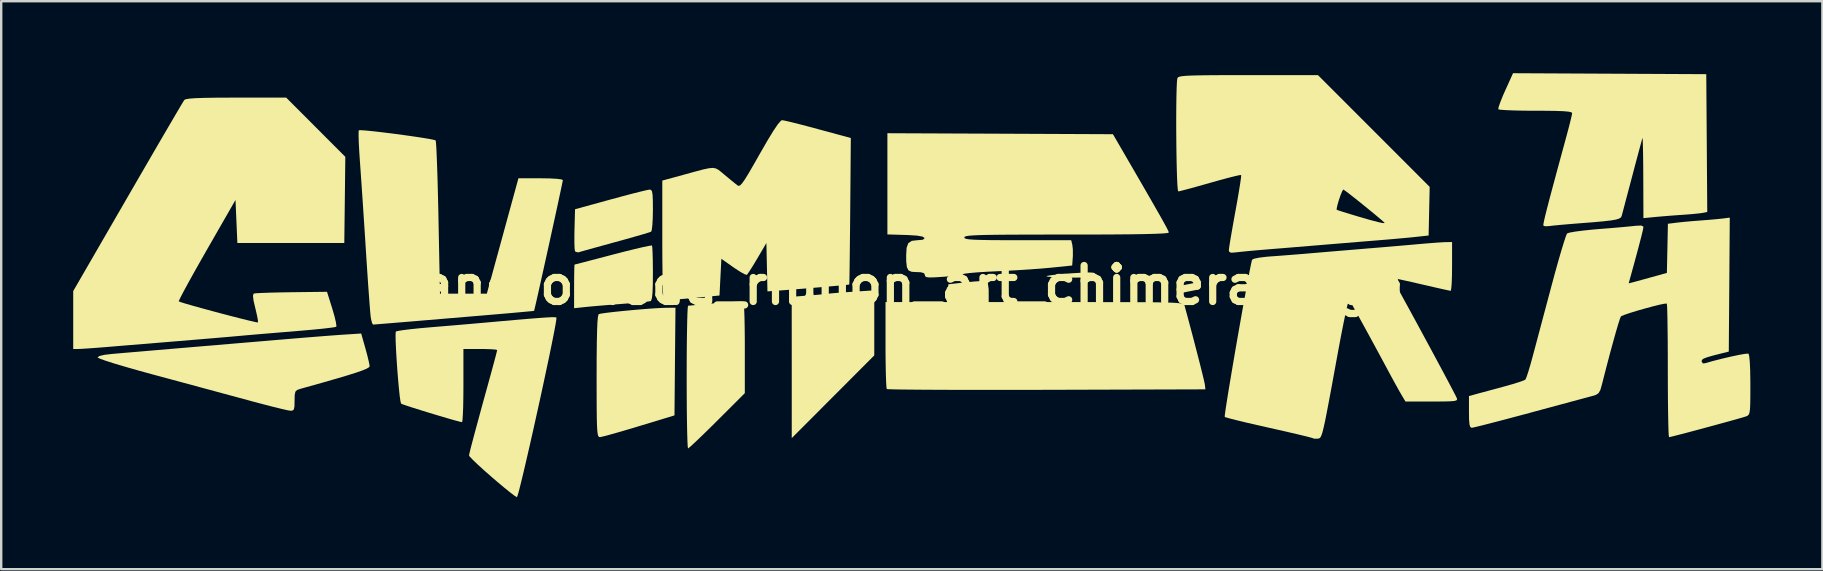
<source format=kicad_pcb>
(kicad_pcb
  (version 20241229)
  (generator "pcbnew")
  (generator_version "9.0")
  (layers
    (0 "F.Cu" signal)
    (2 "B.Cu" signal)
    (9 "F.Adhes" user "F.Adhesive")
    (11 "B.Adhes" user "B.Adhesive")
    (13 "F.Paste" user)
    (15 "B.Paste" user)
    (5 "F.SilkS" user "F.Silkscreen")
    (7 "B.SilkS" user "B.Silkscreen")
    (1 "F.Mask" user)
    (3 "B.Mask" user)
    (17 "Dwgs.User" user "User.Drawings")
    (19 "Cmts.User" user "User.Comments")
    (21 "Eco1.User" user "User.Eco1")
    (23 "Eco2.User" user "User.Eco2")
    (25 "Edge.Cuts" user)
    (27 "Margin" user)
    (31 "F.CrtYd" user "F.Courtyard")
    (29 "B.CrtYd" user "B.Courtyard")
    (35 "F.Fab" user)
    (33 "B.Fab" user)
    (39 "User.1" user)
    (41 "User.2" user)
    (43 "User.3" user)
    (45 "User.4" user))
  (footprint "andromeda_ribbon_art_chimera_logo"
    (layer "F.Cu")
    (at 34.935 8.832)
    (property "Reference" "andromeda_ribbon_art_chimera_logo" (at 0 0 0) (layer "F.SilkS") (effects (font (size 1.5 1.5) (thickness 0.3))))
    (attr board_only exclude_from_pos_files exclude_from_bom)
    (fp_poly (pts (xy -1.563 1.569) (xy -1.563 2.924) (xy -3.282 4.647) (xy -5.001 6.37) (xy -5.001 3.426) (xy -5.002 0.483) (xy -4.318 0.43) (xy -3.988 0.404) (xy -3.702 0.378) (xy -3.508 0.358) (xy -3.47 0.353) (xy -3.328 0.337) (xy -3.069 0.316) (xy -2.733 0.291) (xy -2.435 0.271) (xy -1.563 0.214)) (stroke (width 0) (type solid)) (fill yes) (layer "F.SilkS"))
    (fp_poly (pts (xy 7.557 -0.522) (xy 7.635 -0.494) (xy 7.659 -0.446) (xy 7.659 -0.435) (xy 7.641 -0.387) (xy 7.571 -0.353) (xy 7.427 -0.332) (xy 7.185 -0.321) (xy 6.823 -0.318) (xy 6.545 -0.319) (xy 6.149 -0.326) (xy 5.849 -0.338) (xy 5.663 -0.356) (xy 5.609 -0.377) (xy 5.628 -0.386) (xy 5.783 -0.414) (xy 6.054 -0.446) (xy 6.401 -0.478) (xy 6.742 -0.502) (xy 7.135 -0.524) (xy 7.399 -0.531)) (stroke (width 0) (type solid)) (fill yes) (layer "F.SilkS"))
    (fp_poly (pts (xy -10.862 -3.969) (xy -10.822 -3.907) (xy -10.799 -3.77) (xy -10.788 -3.531) (xy -10.785 -3.165) (xy -10.785 -3.131) (xy -10.792 -2.78) (xy -10.809 -2.491) (xy -10.834 -2.296) (xy -10.859 -2.23) (xy -10.955 -2.196) (xy -11.177 -2.128) (xy -11.5 -2.035) (xy -11.899 -1.922) (xy -12.35 -1.797) (xy -12.364 -1.794) (xy -12.818 -1.669) (xy -13.224 -1.557) (xy -13.555 -1.465) (xy -13.787 -1.399) (xy -13.894 -1.367) (xy -13.895 -1.367) (xy -14.008 -1.393) (xy -14.034 -1.433) (xy -14.049 -1.55) (xy -14.056 -1.785) (xy -14.056 -2.101) (xy -14.051 -2.35) (xy -14.029 -3.165) (xy -12.544 -3.573) (xy -12.078 -3.699) (xy -11.658 -3.81) (xy -11.31 -3.898) (xy -11.058 -3.958) (xy -10.928 -3.983) (xy -10.922 -3.983)) (stroke (width 0) (type solid)) (fill yes) (layer "F.SilkS"))
    (fp_poly (pts (xy -9.866 3.18) (xy -9.886 5.423) (xy -11.371 5.874) (xy -11.835 6.013) (xy -12.254 6.135) (xy -12.602 6.233) (xy -12.854 6.299) (xy -12.986 6.328) (xy -12.993 6.328) (xy -13.031 6.32) (xy -13.061 6.284) (xy -13.084 6.204) (xy -13.101 6.064) (xy -13.114 5.85) (xy -13.122 5.544) (xy -13.127 5.132) (xy -13.129 4.598) (xy -13.13 3.926) (xy -13.13 3.795) (xy -13.128 3.01) (xy -13.121 2.376) (xy -13.11 1.885) (xy -13.095 1.531) (xy -13.074 1.309) (xy -13.048 1.211) (xy -13.043 1.206) (xy -12.938 1.181) (xy -12.707 1.148) (xy -12.383 1.11) (xy -11.995 1.07) (xy -11.576 1.031) (xy -11.155 0.995) (xy -10.764 0.966) (xy -10.435 0.947) (xy -10.217 0.94) (xy -9.845 0.938)) (stroke (width 0) (type solid)) (fill yes) (layer "F.SilkS"))
    (fp_poly (pts (xy -10.824 -1.654) (xy -10.81 -1.566) (xy -10.799 -1.351) (xy -10.79 -1.037) (xy -10.786 -0.653) (xy -10.785 -0.493) (xy -10.789 -0.015) (xy -10.802 0.322) (xy -10.826 0.537) (xy -10.861 0.644) (xy -10.883 0.662) (xy -10.993 0.68) (xy -11.228 0.705) (xy -11.556 0.735) (xy -11.946 0.768) (xy -12.075 0.778) (xy -12.518 0.813) (xy -12.949 0.849) (xy -13.321 0.881) (xy -13.59 0.907) (xy -13.618 0.91) (xy -14.068 0.958) (xy -14.068 0.049) (xy -14.066 -0.307) (xy -14.062 -0.598) (xy -14.056 -0.793) (xy -14.048 -0.861) (xy -13.97 -0.88) (xy -13.764 -0.933) (xy -13.451 -1.015) (xy -13.054 -1.118) (xy -12.597 -1.238) (xy -12.446 -1.278) (xy -11.973 -1.4) (xy -11.552 -1.504) (xy -11.207 -1.585) (xy -10.961 -1.637) (xy -10.835 -1.656)) (stroke (width 0) (type solid)) (fill yes) (layer "F.SilkS"))
    (fp_poly (pts (xy -7.014 0.682) (xy -6.998 0.765) (xy -6.983 0.983) (xy -6.971 1.314) (xy -6.962 1.736) (xy -6.957 2.227) (xy -6.956 2.604) (xy -6.956 4.496) (xy -8.109 5.648) (xy -8.457 5.992) (xy -8.768 6.295) (xy -9.025 6.54) (xy -9.212 6.713) (xy -9.311 6.795) (xy -9.321 6.799) (xy -9.334 6.724) (xy -9.346 6.509) (xy -9.356 6.172) (xy -9.365 5.73) (xy -9.372 5.199) (xy -9.376 4.597) (xy -9.378 3.94) (xy -9.378 3.83) (xy -9.377 3.165) (xy -9.373 2.553) (xy -9.366 2.008) (xy -9.357 1.55) (xy -9.347 1.193) (xy -9.335 0.957) (xy -9.322 0.857) (xy -9.32 0.854) (xy -9.225 0.846) (xy -9.004 0.826) (xy -8.686 0.797) (xy -8.303 0.763) (xy -8.167 0.75) (xy -7.769 0.717) (xy -7.426 0.693) (xy -7.17 0.679) (xy -7.03 0.679)) (stroke (width 0) (type solid)) (fill yes) (layer "F.SilkS"))
    (fp_poly (pts (xy 3.107 -0.172) (xy 3.17 -0.072) (xy 3.202 0.162) (xy 3.204 0.282) (xy 3.204 0.703) (xy 7.263 0.703) (xy 8.165 0.704) (xy 8.923 0.705) (xy 9.551 0.707) (xy 10.059 0.711) (xy 10.461 0.717) (xy 10.77 0.725) (xy 10.998 0.737) (xy 11.158 0.752) (xy 11.261 0.77) (xy 11.321 0.793) (xy 11.351 0.82) (xy 11.36 0.84) (xy 11.486 1.302) (xy 11.619 1.799) (xy 11.753 2.306) (xy 11.88 2.797) (xy 11.996 3.248) (xy 12.093 3.634) (xy 12.164 3.929) (xy 12.204 4.108) (xy 12.21 4.142) (xy 12.231 4.338) (xy 5.621 4.358) (xy 4.618 4.36) (xy 3.66 4.361) (xy 2.759 4.361) (xy 1.926 4.36) (xy 1.172 4.357) (xy 0.509 4.354) (xy -0.051 4.349) (xy -0.497 4.344) (xy -0.817 4.337) (xy -1.001 4.33) (xy -1.042 4.325) (xy -1.057 4.235) (xy -1.07 4.011) (xy -1.081 3.677) (xy -1.089 3.255) (xy -1.094 2.767) (xy -1.094 2.488) (xy -1.094 0.703) (xy 0.191 0.703) (xy 1.476 0.703) (xy 1.5 0.332) (xy 1.524 -0.039) (xy 2.266 -0.121) (xy 2.598 -0.154) (xy 2.876 -0.173) (xy 3.06 -0.177)) (stroke (width 0) (type solid)) (fill yes) (layer "F.SilkS"))
    (fp_poly (pts (xy -22.762 2.632) (xy -22.68 2.936) (xy -22.619 3.191) (xy -22.588 3.352) (xy -22.586 3.374) (xy -22.615 3.419) (xy -22.707 3.475) (xy -22.876 3.546) (xy -23.134 3.637) (xy -23.492 3.75) (xy -23.963 3.89) (xy -24.558 4.061) (xy -25.29 4.266) (xy -25.459 4.313) (xy -25.605 4.363) (xy -25.68 4.436) (xy -25.708 4.579) (xy -25.713 4.81) (xy -25.718 5.055) (xy -25.746 5.181) (xy -25.811 5.226) (xy -25.888 5.229) (xy -26.015 5.207) (xy -26.267 5.149) (xy -26.618 5.063) (xy -27.043 4.953) (xy -27.516 4.828) (xy -27.627 4.797) (xy -28.126 4.662) (xy -28.737 4.497) (xy -29.423 4.311) (xy -30.146 4.116) (xy -30.868 3.921) (xy -31.55 3.737) (xy -31.555 3.736) (xy -32.196 3.56) (xy -32.757 3.4) (xy -33.222 3.262) (xy -33.58 3.148) (xy -33.816 3.063) (xy -33.916 3.012) (xy -33.919 3.006) (xy -33.843 2.949) (xy -33.627 2.899) (xy -33.313 2.863) (xy -32.797 2.818) (xy -32.193 2.767) (xy -31.532 2.71) (xy -30.846 2.652) (xy -30.163 2.594) (xy -29.516 2.539) (xy -28.933 2.49) (xy -28.447 2.449) (xy -28.096 2.419) (xy -27.682 2.384) (xy -27.166 2.341) (xy -26.602 2.293) (xy -26.043 2.246) (xy -25.791 2.225) (xy -25.276 2.182) (xy -24.751 2.14) (xy -24.262 2.102) (xy -23.856 2.072) (xy -23.681 2.06) (xy -22.938 2.012)) (stroke (width 0) (type solid)) (fill yes) (layer "F.SilkS"))
    (fp_poly (pts (xy 29.073 -8.812) (xy 33.098 -8.792) (xy 33.119 -5.922) (xy 33.139 -3.051) (xy 32.962 -3.015) (xy 32.804 -2.993) (xy 32.539 -2.966) (xy 32.218 -2.94) (xy 32.121 -2.934) (xy 31.733 -2.906) (xy 31.331 -2.874) (xy 30.996 -2.845) (xy 30.968 -2.842) (xy 30.48 -2.795) (xy 30.474 -4.504) (xy 30.471 -4.996) (xy 30.466 -5.426) (xy 30.459 -5.772) (xy 30.452 -6.014) (xy 30.444 -6.13) (xy 30.44 -6.135) (xy 30.412 -6.039) (xy 30.351 -5.815) (xy 30.264 -5.489) (xy 30.155 -5.083) (xy 30.034 -4.623) (xy 30.01 -4.533) (xy 29.885 -4.061) (xy 29.772 -3.636) (xy 29.679 -3.282) (xy 29.611 -3.025) (xy 29.575 -2.89) (xy 29.572 -2.881) (xy 29.54 -2.822) (xy 29.467 -2.775) (xy 29.334 -2.734) (xy 29.12 -2.698) (xy 28.808 -2.662) (xy 28.378 -2.623) (xy 27.823 -2.58) (xy 27.414 -2.547) (xy 27.045 -2.515) (xy 26.753 -2.487) (xy 26.573 -2.466) (xy 26.556 -2.464) (xy 26.39 -2.455) (xy 26.311 -2.484) (xy 26.312 -2.536) (xy 26.336 -2.666) (xy 26.385 -2.881) (xy 26.463 -3.192) (xy 26.571 -3.609) (xy 26.713 -4.141) (xy 26.89 -4.798) (xy 27.105 -5.589) (xy 27.275 -6.213) (xy 27.369 -6.565) (xy 27.445 -6.865) (xy 27.495 -7.08) (xy 27.51 -7.171) (xy 27.473 -7.206) (xy 27.351 -7.232) (xy 27.13 -7.251) (xy 26.792 -7.262) (xy 26.322 -7.268) (xy 25.991 -7.268) (xy 25.52 -7.271) (xy 25.104 -7.28) (xy 24.768 -7.293) (xy 24.537 -7.309) (xy 24.435 -7.328) (xy 24.433 -7.33) (xy 24.448 -7.423) (xy 24.517 -7.624) (xy 24.628 -7.9) (xy 24.722 -8.112) (xy 25.048 -8.832)) (stroke (width 0) (type solid)) (fill yes) (layer "F.SilkS"))
    (fp_poly (pts (xy -5.292 -6.856) (xy -5.053 -6.8) (xy -4.717 -6.717) (xy -4.31 -6.611) (xy -3.908 -6.503) (xy -2.54 -6.132) (xy -2.565 -3.086) (xy -2.571 -2.413) (xy -2.578 -1.791) (xy -2.584 -1.236) (xy -2.59 -0.767) (xy -2.595 -0.398) (xy -2.6 -0.149) (xy -2.604 -0.034) (xy -2.605 -0.029) (xy -2.683 -0.018) (xy -2.891 0.003) (xy -3.199 0.031) (xy -3.58 0.064) (xy -4.007 0.101) (xy -4.452 0.138) (xy -4.889 0.173) (xy -5.288 0.204) (xy -5.371 0.21) (xy -6.013 0.257) (xy -6.035 -0.751) (xy -6.057 -1.758) (xy -6.436 -1.114) (xy -6.605 -0.832) (xy -6.749 -0.604) (xy -6.846 -0.462) (xy -6.873 -0.432) (xy -6.961 -0.457) (xy -7.139 -0.555) (xy -7.373 -0.707) (xy -7.433 -0.748) (xy -7.933 -1.101) (xy -7.972 -0.336) (xy -8.011 0.429) (xy -8.988 0.521) (xy -9.464 0.565) (xy -9.807 0.595) (xy -10.042 0.611) (xy -10.19 0.615) (xy -10.276 0.608) (xy -10.323 0.59) (xy -10.342 0.573) (xy -10.355 0.485) (xy -10.367 0.26) (xy -10.377 -0.083) (xy -10.385 -0.525) (xy -10.391 -1.046) (xy -10.394 -1.627) (xy -10.394 -1.919) (xy -10.394 -4.359) (xy -9.515 -4.599) (xy -9.05 -4.727) (xy -8.709 -4.818) (xy -8.465 -4.871) (xy -8.293 -4.887) (xy -8.164 -4.865) (xy -8.052 -4.805) (xy -7.93 -4.708) (xy -7.798 -4.597) (xy -7.568 -4.407) (xy -7.372 -4.247) (xy -7.258 -4.157) (xy -7.207 -4.137) (xy -7.146 -4.164) (xy -7.063 -4.253) (xy -6.947 -4.418) (xy -6.789 -4.676) (xy -6.576 -5.043) (xy -6.334 -5.469) (xy -6.018 -6.017) (xy -5.768 -6.428) (xy -5.581 -6.704) (xy -5.456 -6.85) (xy -5.407 -6.876)) (stroke (width 0) (type solid)) (fill yes) (layer "F.SilkS"))
    (fp_poly (pts (xy -22.733 -6.443) (xy -22.421 -6.412) (xy -22.04 -6.368) (xy -21.619 -6.316) (xy -21.185 -6.258) (xy -20.768 -6.199) (xy -20.396 -6.143) (xy -20.098 -6.094) (xy -19.901 -6.054) (xy -19.836 -6.032) (xy -19.823 -5.945) (xy -19.807 -5.718) (xy -19.791 -5.369) (xy -19.774 -4.913) (xy -19.756 -4.369) (xy -19.74 -3.753) (xy -19.724 -3.081) (xy -19.719 -2.814) (xy -19.656 0.352) (xy -18.679 0.352) (xy -17.703 0.352) (xy -17.297 -1.133) (xy -17.149 -1.672) (xy -16.995 -2.234) (xy -16.848 -2.773) (xy -16.719 -3.244) (xy -16.639 -3.536) (xy -16.387 -4.455) (xy -15.462 -4.455) (xy -15.078 -4.449) (xy -14.78 -4.432) (xy -14.592 -4.407) (xy -14.537 -4.38) (xy -14.553 -4.292) (xy -14.598 -4.073) (xy -14.668 -3.746) (xy -14.757 -3.33) (xy -14.862 -2.847) (xy -14.978 -2.318) (xy -15.099 -1.764) (xy -15.222 -1.206) (xy -15.342 -0.665) (xy -15.454 -0.162) (xy -15.553 0.282) (xy -15.635 0.646) (xy -15.696 0.909) (xy -15.73 1.05) (xy -15.735 1.068) (xy -15.813 1.078) (xy -16.026 1.098) (xy -16.353 1.128) (xy -16.774 1.166) (xy -17.267 1.208) (xy -17.741 1.249) (xy -18.638 1.324) (xy -19.469 1.394) (xy -20.221 1.457) (xy -20.885 1.513) (xy -21.446 1.559) (xy -21.894 1.596) (xy -22.218 1.622) (xy -22.404 1.637) (xy -22.445 1.64) (xy -22.487 1.571) (xy -22.529 1.397) (xy -22.543 1.309) (xy -22.559 1.149) (xy -22.583 0.855) (xy -22.613 0.45) (xy -22.649 -0.045) (xy -22.687 -0.606) (xy -22.727 -1.211) (xy -22.742 -1.446) (xy -22.785 -2.123) (xy -22.831 -2.82) (xy -22.876 -3.501) (xy -22.919 -4.132) (xy -22.957 -4.679) (xy -22.987 -5.107) (xy -22.99 -5.138) (xy -23.018 -5.567) (xy -23.038 -5.94) (xy -23.047 -6.23) (xy -23.044 -6.409) (xy -23.036 -6.454) (xy -22.948 -6.459)) (stroke (width 0) (type solid)) (fill yes) (layer "F.SilkS"))
    (fp_poly (pts (xy 3.682 -6.312) (xy 8.38 -6.291) (xy 8.811 -5.549) (xy 9.255 -4.783) (xy 9.627 -4.141) (xy 9.932 -3.612) (xy 10.176 -3.186) (xy 10.366 -2.853) (xy 10.507 -2.6) (xy 10.606 -2.419) (xy 10.668 -2.297) (xy 10.7 -2.224) (xy 10.707 -2.194) (xy 10.646 -2.173) (xy 10.461 -2.156) (xy 10.146 -2.142) (xy 9.698 -2.13) (xy 9.111 -2.121) (xy 8.382 -2.115) (xy 7.506 -2.111) (xy 6.478 -2.11) (xy 6.448 -2.11) (xy 5.515 -2.11) (xy 4.726 -2.108) (xy 4.07 -2.106) (xy 3.535 -2.101) (xy 3.109 -2.095) (xy 2.781 -2.086) (xy 2.538 -2.074) (xy 2.37 -2.06) (xy 2.263 -2.042) (xy 2.206 -2.021) (xy 2.188 -1.996) (xy 2.188 -1.993) (xy 2.205 -1.958) (xy 2.267 -1.931) (xy 2.39 -1.911) (xy 2.591 -1.896) (xy 2.884 -1.886) (xy 3.287 -1.879) (xy 3.816 -1.876) (xy 4.414 -1.876) (xy 6.64 -1.876) (xy 6.686 -1.694) (xy 6.709 -1.501) (xy 6.711 -1.243) (xy 6.707 -1.166) (xy 6.682 -0.821) (xy 5.783 -0.729) (xy 5.379 -0.693) (xy 4.872 -0.656) (xy 4.317 -0.621) (xy 3.77 -0.591) (xy 3.556 -0.582) (xy 3.113 -0.56) (xy 2.723 -0.535) (xy 2.414 -0.508) (xy 2.213 -0.483) (xy 2.149 -0.466) (xy 2.042 -0.435) (xy 1.816 -0.4) (xy 1.511 -0.367) (xy 1.309 -0.351) (xy 0.957 -0.328) (xy 0.732 -0.323) (xy 0.608 -0.338) (xy 0.555 -0.377) (xy 0.547 -0.421) (xy 0.508 -0.503) (xy 0.37 -0.541) (xy 0.204 -0.547) (xy -0.006 -0.559) (xy -0.135 -0.616) (xy -0.204 -0.748) (xy -0.231 -0.984) (xy -0.234 -1.241) (xy -0.216 -1.559) (xy -0.145 -1.752) (xy 0.000337 -1.849) (xy 0.241 -1.876) (xy 0.257 -1.876) (xy 0.465 -1.895) (xy 0.531 -1.956) (xy 0.528 -1.973) (xy 0.441 -2.027) (xy 0.217 -2.066) (xy -0.153 -2.09) (xy -0.26 -2.093) (xy -1.016 -2.116) (xy -1.016 -4.224) (xy -1.016 -6.332)) (stroke (width 0) (type solid)) (fill yes) (layer "F.SilkS"))
    (fp_poly (pts (xy -14.83 1.338) (xy -14.804 1.347) (xy -14.809 1.433) (xy -14.844 1.652) (xy -14.907 1.987) (xy -14.993 2.42) (xy -15.098 2.933) (xy -15.22 3.508) (xy -15.352 4.128) (xy -15.492 4.774) (xy -15.637 5.428) (xy -15.78 6.074) (xy -15.92 6.692) (xy -16.052 7.265) (xy -16.171 7.775) (xy -16.275 8.205) (xy -16.358 8.536) (xy -16.418 8.75) (xy -16.451 8.831) (xy -16.451 8.831) (xy -16.534 8.782) (xy -16.713 8.647) (xy -16.965 8.444) (xy -17.27 8.189) (xy -17.487 8.003) (xy -17.81 7.719) (xy -18.086 7.467) (xy -18.296 7.266) (xy -18.42 7.135) (xy -18.444 7.096) (xy -18.431 7.019) (xy -18.39 6.845) (xy -18.318 6.567) (xy -18.214 6.175) (xy -18.075 5.662) (xy -17.9 5.018) (xy -17.684 4.236) (xy -17.589 3.891) (xy -17.479 3.49) (xy -17.386 3.145) (xy -17.316 2.881) (xy -17.278 2.727) (xy -17.272 2.699) (xy -17.344 2.681) (xy -17.538 2.666) (xy -17.818 2.658) (xy -17.975 2.657) (xy -18.679 2.657) (xy -18.679 4.181) (xy -18.682 4.65) (xy -18.689 5.06) (xy -18.702 5.389) (xy -18.717 5.611) (xy -18.734 5.704) (xy -18.737 5.705) (xy -18.84 5.683) (xy -19.06 5.624) (xy -19.363 5.537) (xy -19.721 5.431) (xy -20.102 5.316) (xy -20.474 5.201) (xy -20.809 5.096) (xy -21.073 5.009) (xy -21.237 4.951) (xy -21.275 4.933) (xy -21.301 4.839) (xy -21.333 4.619) (xy -21.366 4.304) (xy -21.401 3.923) (xy -21.434 3.507) (xy -21.463 3.085) (xy -21.486 2.688) (xy -21.501 2.346) (xy -21.506 2.089) (xy -21.499 1.947) (xy -21.493 1.93) (xy -21.4 1.904) (xy -21.178 1.869) (xy -20.853 1.829) (xy -20.451 1.788) (xy -20.077 1.755) (xy -19.55 1.711) (xy -19 1.665) (xy -18.478 1.62) (xy -18.034 1.581) (xy -17.858 1.566) (xy -17.079 1.496) (xy -16.441 1.44) (xy -15.932 1.397) (xy -15.537 1.366) (xy -15.243 1.345) (xy -15.037 1.334) (xy -14.903 1.332)) (stroke (width 0) (type solid)) (fill yes) (layer "F.SilkS"))
    (fp_poly (pts (xy -24.831 -6.582) (xy -23.599 -5.349) (xy -23.62 -3.554) (xy -23.642 -1.758) (xy -25.869 -1.758) (xy -28.096 -1.758) (xy -28.135 -2.655) (xy -28.174 -3.552) (xy -29.375 -1.46) (xy -29.671 -0.941) (xy -29.938 -0.467) (xy -30.167 -0.053) (xy -30.348 0.282) (xy -30.474 0.524) (xy -30.534 0.654) (xy -30.537 0.673) (xy -30.45 0.707) (xy -30.241 0.772) (xy -29.935 0.86) (xy -29.561 0.964) (xy -29.144 1.077) (xy -28.711 1.193) (xy -28.289 1.303) (xy -27.904 1.401) (xy -27.584 1.48) (xy -27.355 1.533) (xy -27.243 1.552) (xy -27.237 1.551) (xy -27.24 1.465) (xy -27.276 1.268) (xy -27.338 1) (xy -27.351 0.949) (xy -27.424 0.632) (xy -27.446 0.44) (xy -27.418 0.353) (xy -27.406 0.346) (xy -27.302 0.334) (xy -27.068 0.322) (xy -26.73 0.31) (xy -26.314 0.3) (xy -25.846 0.292) (xy -25.838 0.292) (xy -24.362 0.274) (xy -24.142 0.976) (xy -24.052 1.286) (xy -23.992 1.538) (xy -23.97 1.696) (xy -23.977 1.73) (xy -24.069 1.752) (xy -24.291 1.782) (xy -24.621 1.819) (xy -25.034 1.859) (xy -25.505 1.9) (xy -25.595 1.907) (xy -26.146 1.953) (xy -26.711 2) (xy -27.247 2.045) (xy -27.708 2.085) (xy -28.018 2.113) (xy -28.347 2.142) (xy -28.796 2.181) (xy -29.332 2.226) (xy -29.918 2.275) (xy -30.52 2.325) (xy -30.832 2.351) (xy -31.428 2.4) (xy -32.027 2.449) (xy -32.593 2.496) (xy -33.092 2.537) (xy -33.489 2.57) (xy -33.645 2.583) (xy -34.018 2.612) (xy -34.354 2.636) (xy -34.608 2.652) (xy -34.72 2.656) (xy -34.935 2.657) (xy -34.935 1.451) (xy -34.935 0.245) (xy -32.66 -3.688) (xy -32.244 -4.407) (xy -31.849 -5.087) (xy -31.484 -5.716) (xy -31.155 -6.28) (xy -30.869 -6.769) (xy -30.634 -7.17) (xy -30.457 -7.47) (xy -30.345 -7.657) (xy -30.306 -7.718) (xy -30.24 -7.749) (xy -30.09 -7.774) (xy -29.842 -7.792) (xy -29.482 -7.804) (xy -28.998 -7.812) (xy -28.375 -7.815) (xy -28.144 -7.815) (xy -26.062 -7.815)) (stroke (width 0) (type solid)) (fill yes) (layer "F.SilkS"))
    (fp_poly (pts (xy 19.248 -6.425) (xy 21.575 -4.097) (xy 21.553 -3.084) (xy 21.531 -2.071) (xy 21.037 -2.017) (xy 20.759 -1.988) (xy 20.378 -1.953) (xy 19.945 -1.914) (xy 19.552 -1.881) (xy 19.123 -1.846) (xy 18.592 -1.803) (xy 18.013 -1.755) (xy 17.44 -1.708) (xy 17.155 -1.684) (xy 16.609 -1.639) (xy 16.03 -1.591) (xy 15.47 -1.545) (xy 14.984 -1.506) (xy 14.771 -1.488) (xy 14.366 -1.454) (xy 13.991 -1.42) (xy 13.687 -1.389) (xy 13.501 -1.368) (xy 13.307 -1.353) (xy 13.223 -1.391) (xy 13.209 -1.464) (xy 13.223 -1.582) (xy 13.261 -1.827) (xy 13.32 -2.172) (xy 13.394 -2.592) (xy 13.478 -3.059) (xy 13.482 -3.081) (xy 13.501 -3.183) (xy 17.699 -3.183) (xy 17.702 -3.143) (xy 17.779 -3.114) (xy 17.977 -3.05) (xy 18.264 -2.962) (xy 18.61 -2.858) (xy 19.086 -2.72) (xy 19.422 -2.631) (xy 19.624 -2.588) (xy 19.698 -2.59) (xy 19.688 -2.61) (xy 19.543 -2.738) (xy 19.324 -2.923) (xy 19.059 -3.141) (xy 18.775 -3.371) (xy 18.499 -3.592) (xy 18.257 -3.783) (xy 18.077 -3.92) (xy 17.984 -3.984) (xy 17.978 -3.986) (xy 17.932 -3.919) (xy 17.863 -3.753) (xy 17.79 -3.54) (xy 17.73 -3.333) (xy 17.699 -3.183) (xy 13.501 -3.183) (xy 13.565 -3.541) (xy 13.634 -3.946) (xy 13.686 -4.272) (xy 13.717 -4.495) (xy 13.722 -4.591) (xy 13.722 -4.592) (xy 13.639 -4.583) (xy 13.432 -4.536) (xy 13.127 -4.458) (xy 12.747 -4.355) (xy 12.435 -4.267) (xy 12.013 -4.147) (xy 11.641 -4.044) (xy 11.347 -3.966) (xy 11.158 -3.918) (xy 11.101 -3.908) (xy 11.082 -3.982) (xy 11.065 -4.189) (xy 11.05 -4.507) (xy 11.038 -4.911) (xy 11.028 -5.378) (xy 11.021 -5.886) (xy 11.017 -6.411) (xy 11.016 -6.93) (xy 11.019 -7.419) (xy 11.025 -7.856) (xy 11.034 -8.218) (xy 11.047 -8.48) (xy 11.064 -8.621) (xy 11.067 -8.63) (xy 11.093 -8.662) (xy 11.155 -8.688) (xy 11.265 -8.709) (xy 11.44 -8.725) (xy 11.694 -8.736) (xy 12.042 -8.744) (xy 12.498 -8.749) (xy 13.077 -8.752) (xy 13.793 -8.753) (xy 14.018 -8.753) (xy 16.921 -8.753)) (stroke (width 0) (type solid)) (fill yes) (layer "F.SilkS"))
    (fp_poly (pts (xy 22.508 -0.782) (xy 22.504 -0.404) (xy 22.493 -0.09) (xy 22.475 0.131) (xy 22.454 0.231) (xy 22.45 0.234) (xy 22.357 0.216) (xy 22.14 0.169) (xy 21.826 0.098) (xy 21.444 0.01) (xy 21.226 -0.04) (xy 20.822 -0.133) (xy 20.477 -0.21) (xy 20.217 -0.265) (xy 20.067 -0.292) (xy 20.042 -0.293) (xy 20.07 -0.221) (xy 20.16 -0.041) (xy 20.297 0.22) (xy 20.453 0.508) (xy 20.733 1.018) (xy 21.027 1.558) (xy 21.325 2.108) (xy 21.618 2.65) (xy 21.895 3.165) (xy 22.148 3.637) (xy 22.365 4.045) (xy 22.537 4.372) (xy 22.655 4.599) (xy 22.707 4.707) (xy 22.708 4.709) (xy 22.717 4.763) (xy 22.683 4.801) (xy 22.581 4.825) (xy 22.391 4.838) (xy 22.088 4.844) (xy 21.663 4.846) (xy 20.567 4.846) (xy 20.415 4.592) (xy 20.305 4.401) (xy 20.151 4.125) (xy 19.983 3.818) (xy 19.947 3.751) (xy 19.6 3.106) (xy 19.275 2.505) (xy 18.979 1.961) (xy 18.721 1.49) (xy 18.508 1.105) (xy 18.348 0.82) (xy 18.248 0.649) (xy 18.22 0.606) (xy 18.192 0.665) (xy 18.142 0.859) (xy 18.072 1.17) (xy 17.986 1.58) (xy 17.889 2.071) (xy 17.785 2.623) (xy 17.753 2.795) (xy 17.601 3.627) (xy 17.474 4.32) (xy 17.368 4.884) (xy 17.282 5.335) (xy 17.212 5.684) (xy 17.154 5.945) (xy 17.107 6.131) (xy 17.066 6.255) (xy 17.029 6.33) (xy 16.992 6.369) (xy 16.953 6.386) (xy 16.917 6.392) (xy 16.77 6.395) (xy 16.719 6.377) (xy 16.635 6.35) (xy 16.42 6.294) (xy 16.096 6.216) (xy 15.683 6.12) (xy 15.206 6.011) (xy 14.886 5.939) (xy 14.376 5.824) (xy 13.919 5.718) (xy 13.535 5.625) (xy 13.246 5.551) (xy 13.074 5.502) (xy 13.037 5.486) (xy 13.041 5.404) (xy 13.071 5.187) (xy 13.122 4.855) (xy 13.19 4.428) (xy 13.274 3.925) (xy 13.368 3.365) (xy 13.47 2.768) (xy 13.577 2.154) (xy 13.685 1.541) (xy 13.79 0.949) (xy 13.89 0.398) (xy 13.98 -0.093) (xy 14.058 -0.505) (xy 14.12 -0.818) (xy 14.163 -1.013) (xy 14.177 -1.062) (xy 14.265 -1.106) (xy 14.476 -1.149) (xy 14.774 -1.185) (xy 14.94 -1.199) (xy 15.342 -1.228) (xy 15.825 -1.266) (xy 16.314 -1.305) (xy 16.569 -1.327) (xy 16.957 -1.36) (xy 17.453 -1.402) (xy 18.006 -1.448) (xy 18.568 -1.495) (xy 18.913 -1.524) (xy 19.446 -1.568) (xy 19.994 -1.614) (xy 20.511 -1.659) (xy 20.95 -1.697) (xy 21.18 -1.718) (xy 21.551 -1.749) (xy 21.89 -1.775) (xy 22.15 -1.791) (xy 22.254 -1.795) (xy 22.508 -1.798)) (stroke (width 0) (type solid)) (fill yes) (layer "F.SilkS"))
    (fp_poly (pts (xy 34.057 -0.026) (xy 34.036 2.765) (xy 33.762 2.833) (xy 33.389 2.928) (xy 33.141 2.999) (xy 32.995 3.054) (xy 32.924 3.104) (xy 32.903 3.16) (xy 32.903 3.174) (xy 32.956 3.259) (xy 33.04 3.252) (xy 33.389 3.154) (xy 33.763 3.059) (xy 34.128 2.973) (xy 34.45 2.905) (xy 34.699 2.861) (xy 34.839 2.848) (xy 34.856 2.852) (xy 34.886 2.948) (xy 34.91 3.181) (xy 34.927 3.534) (xy 34.934 3.989) (xy 34.935 4.149) (xy 34.934 4.616) (xy 34.93 4.95) (xy 34.918 5.176) (xy 34.897 5.317) (xy 34.863 5.397) (xy 34.812 5.44) (xy 34.759 5.463) (xy 34.636 5.502) (xy 34.396 5.571) (xy 34.067 5.663) (xy 33.676 5.77) (xy 33.252 5.886) (xy 32.822 6.002) (xy 32.414 6.111) (xy 32.054 6.205) (xy 31.772 6.278) (xy 31.594 6.321) (xy 31.547 6.33) (xy 31.535 6.255) (xy 31.524 6.041) (xy 31.515 5.706) (xy 31.507 5.268) (xy 31.501 4.743) (xy 31.497 4.151) (xy 31.496 3.569) (xy 31.495 2.927) (xy 31.492 2.336) (xy 31.486 1.813) (xy 31.48 1.377) (xy 31.472 1.045) (xy 31.463 0.835) (xy 31.454 0.766) (xy 31.366 0.769) (xy 31.165 0.809) (xy 30.886 0.878) (xy 30.565 0.964) (xy 30.236 1.058) (xy 29.935 1.15) (xy 29.698 1.23) (xy 29.56 1.288) (xy 29.543 1.3) (xy 29.502 1.396) (xy 29.43 1.621) (xy 29.332 1.953) (xy 29.215 2.371) (xy 29.084 2.851) (xy 28.947 3.372) (xy 28.808 3.912) (xy 28.755 4.124) (xy 28.686 4.365) (xy 28.609 4.5) (xy 28.484 4.575) (xy 28.335 4.619) (xy 28.18 4.661) (xy 27.897 4.737) (xy 27.506 4.842) (xy 27.029 4.971) (xy 26.49 5.116) (xy 25.909 5.273) (xy 25.73 5.322) (xy 25.153 5.476) (xy 24.622 5.617) (xy 24.156 5.738) (xy 23.776 5.836) (xy 23.5 5.903) (xy 23.347 5.937) (xy 23.327 5.94) (xy 23.269 5.91) (xy 23.234 5.801) (xy 23.216 5.588) (xy 23.212 5.278) (xy 23.212 4.617) (xy 23.544 4.526) (xy 23.762 4.467) (xy 24.081 4.381) (xy 24.45 4.281) (xy 24.686 4.217) (xy 25.024 4.122) (xy 25.306 4.034) (xy 25.497 3.966) (xy 25.561 3.934) (xy 25.606 3.836) (xy 25.679 3.62) (xy 25.769 3.319) (xy 25.855 3.009) (xy 25.939 2.696) (xy 26.054 2.264) (xy 26.193 1.742) (xy 26.347 1.163) (xy 26.509 0.557) (xy 26.647 0.039) (xy 26.796 -0.514) (xy 26.937 -1.019) (xy 27.064 -1.455) (xy 27.171 -1.803) (xy 27.25 -2.043) (xy 27.298 -2.154) (xy 27.301 -2.157) (xy 27.407 -2.193) (xy 27.641 -2.234) (xy 27.972 -2.277) (xy 28.371 -2.318) (xy 28.604 -2.338) (xy 29.053 -2.374) (xy 29.473 -2.409) (xy 29.827 -2.442) (xy 30.079 -2.467) (xy 30.148 -2.475) (xy 30.385 -2.487) (xy 30.479 -2.441) (xy 30.48 -2.43) (xy 30.458 -2.3) (xy 30.391 -2.022) (xy 30.28 -1.596) (xy 30.126 -1.024) (xy 30.011 -0.605) (xy 29.865 -0.078) (xy 30.036 -0.121) (xy 30.19 -0.162) (xy 30.445 -0.232) (xy 30.753 -0.317) (xy 30.832 -0.339) (xy 31.457 -0.513) (xy 31.479 -1.536) (xy 31.5 -2.56) (xy 31.869 -2.606) (xy 32.134 -2.635) (xy 32.482 -2.667) (xy 32.841 -2.695) (xy 32.864 -2.697) (xy 33.206 -2.723) (xy 33.528 -2.752) (xy 33.764 -2.776) (xy 33.783 -2.778) (xy 34.077 -2.816)) (stroke (width 0) (type solid)) (fill yes) (layer "F.SilkS")))
  (gr_rect
    (start -3 -3)
    (end 72.87 20.663)
    (stroke (width 0.1) (type default))
    (fill no)
    (layer "Edge.Cuts")))
</source>
